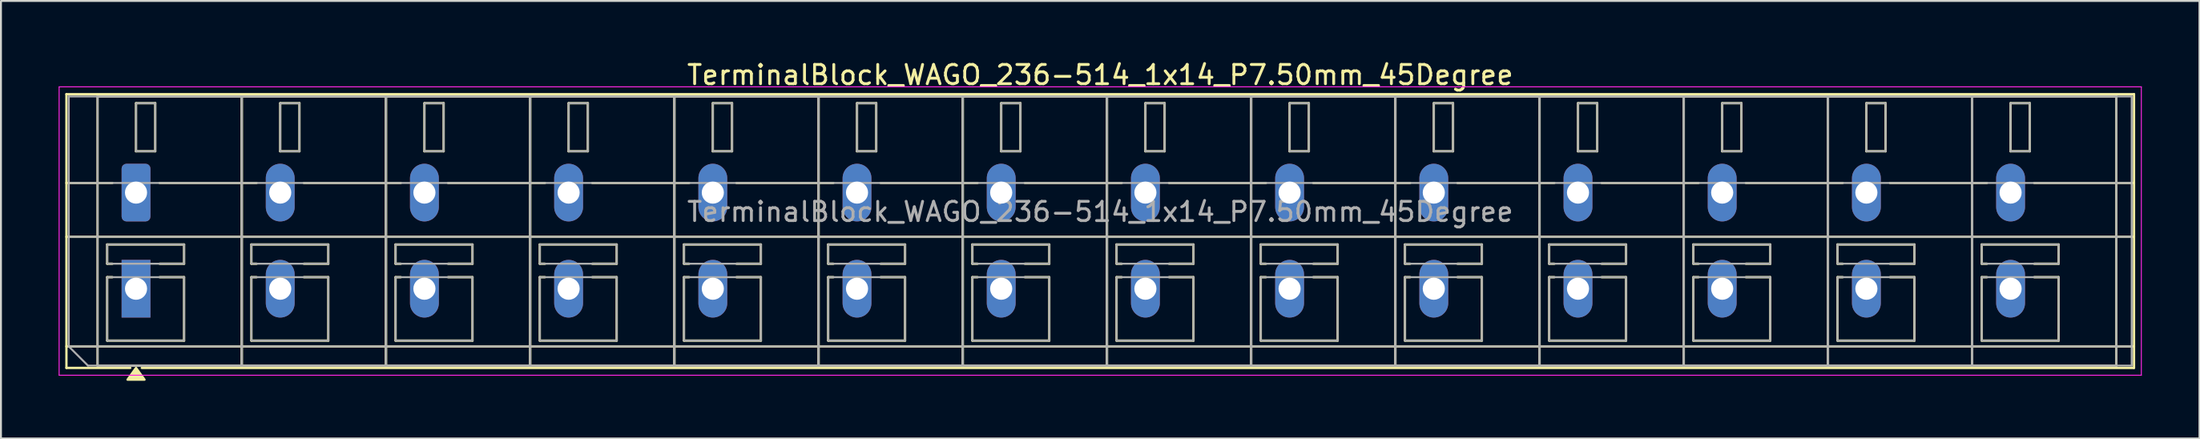
<source format=kicad_pcb>
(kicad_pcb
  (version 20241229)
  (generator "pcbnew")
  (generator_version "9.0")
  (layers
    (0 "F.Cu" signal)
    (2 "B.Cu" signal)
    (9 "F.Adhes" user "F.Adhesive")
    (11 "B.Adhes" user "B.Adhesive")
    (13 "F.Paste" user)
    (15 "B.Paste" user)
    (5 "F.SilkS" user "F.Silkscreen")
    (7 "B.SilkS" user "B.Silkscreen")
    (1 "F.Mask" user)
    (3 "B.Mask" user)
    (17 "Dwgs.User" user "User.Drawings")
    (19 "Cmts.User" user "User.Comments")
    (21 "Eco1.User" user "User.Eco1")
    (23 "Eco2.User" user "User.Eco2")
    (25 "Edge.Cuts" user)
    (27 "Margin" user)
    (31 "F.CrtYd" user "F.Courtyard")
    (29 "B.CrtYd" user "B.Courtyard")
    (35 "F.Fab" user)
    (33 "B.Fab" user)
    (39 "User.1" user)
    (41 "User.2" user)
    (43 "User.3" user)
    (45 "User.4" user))
  (footprint "TerminalBlock_WAGO_236-514_1x14_P7.50mm_45Degree"
    (layer "F.Cu")
    (at 4.025 6.968)
    (property "Reference" "TerminalBlock_WAGO_236-514_1x14_P7.50mm_45Degree" (at 50.15 -6.12 0) (layer "F.SilkS") (effects (font (size 1 1) (thickness 0.15))))
    (attr through_hole)
    (fp_line (start -3.62 -5.12) (end -3.62 9.12) (stroke (width 0.12) (type solid)) (layer "F.SilkS"))
    (fp_line (start -3.62 -5.12) (end 103.92 -5.12) (stroke (width 0.12) (type solid)) (layer "F.SilkS"))
    (fp_line (start -3.62 -0.5) (end -1.23 -0.5) (stroke (width 0.12) (type solid)) (layer "F.SilkS"))
    (fp_line (start -3.62 2.3) (end 103.92 2.3) (stroke (width 0.12) (type solid)) (layer "F.SilkS"))
    (fp_line (start -3.62 8) (end 103.92 8) (stroke (width 0.12) (type solid)) (layer "F.SilkS"))
    (fp_line (start -3.62 9.12) (end -0.3 9.12) (stroke (width 0.12) (type solid)) (layer "F.SilkS"))
    (fp_line (start -2 -5) (end -2 9) (stroke (width 0.12) (type solid)) (layer "F.SilkS"))
    (fp_line (start -2 -5) (end 5.5 -5) (stroke (width 0.12) (type solid)) (layer "F.SilkS"))
    (fp_line (start -2 9) (end 5.5 9) (stroke (width 0.12) (type solid)) (layer "F.SilkS"))
    (fp_line (start -1.5 2.7) (end -1.5 3.7) (stroke (width 0.12) (type solid)) (layer "F.SilkS"))
    (fp_line (start -1.5 2.7) (end 2.5 2.7) (stroke (width 0.12) (type solid)) (layer "F.SilkS"))
    (fp_line (start -1.5 3.7) (end -1.23 3.7) (stroke (width 0.12) (type solid)) (layer "F.SilkS"))
    (fp_line (start -1.5 4.4) (end -1.5 7.7) (stroke (width 0.12) (type solid)) (layer "F.SilkS"))
    (fp_line (start -1.5 4.4) (end -1.23 4.4) (stroke (width 0.12) (type solid)) (layer "F.SilkS"))
    (fp_line (start -1.5 7.7) (end 2.5 7.7) (stroke (width 0.12) (type solid)) (layer "F.SilkS"))
    (fp_line (start 0 -4.65) (end 0 -2.15) (stroke (width 0.12) (type solid)) (layer "F.SilkS"))
    (fp_line (start 0 -4.65) (end 1 -4.65) (stroke (width 0.12) (type solid)) (layer "F.SilkS"))
    (fp_line (start 0 -2.15) (end 1 -2.15) (stroke (width 0.12) (type solid)) (layer "F.SilkS"))
    (fp_line (start 0.3 9.12) (end 103.92 9.12) (stroke (width 0.12) (type solid)) (layer "F.SilkS"))
    (fp_line (start 1 -4.65) (end 1 -2.15) (stroke (width 0.12) (type solid)) (layer "F.SilkS"))
    (fp_line (start 1.23 -0.5) (end 6.27 -0.5) (stroke (width 0.12) (type solid)) (layer "F.SilkS"))
    (fp_line (start 1.23 3.7) (end 2.5 3.7) (stroke (width 0.12) (type solid)) (layer "F.SilkS"))
    (fp_line (start 1.23 4.4) (end 2.5 4.4) (stroke (width 0.12) (type solid)) (layer "F.SilkS"))
    (fp_line (start 2.5 2.7) (end 2.5 3.7) (stroke (width 0.12) (type solid)) (layer "F.SilkS"))
    (fp_line (start 2.5 4.4) (end 2.5 7.7) (stroke (width 0.12) (type solid)) (layer "F.SilkS"))
    (fp_line (start 5.5 -5) (end 5.5 9) (stroke (width 0.12) (type solid)) (layer "F.SilkS"))
    (fp_line (start 5.5 -5) (end 5.5 9) (stroke (width 0.12) (type solid)) (layer "F.SilkS"))
    (fp_line (start 5.5 -5) (end 13 -5) (stroke (width 0.12) (type solid)) (layer "F.SilkS"))
    (fp_line (start 5.5 9) (end 13 9) (stroke (width 0.12) (type solid)) (layer "F.SilkS"))
    (fp_line (start 6 2.7) (end 6 3.7) (stroke (width 0.12) (type solid)) (layer "F.SilkS"))
    (fp_line (start 6 2.7) (end 10 2.7) (stroke (width 0.12) (type solid)) (layer "F.SilkS"))
    (fp_line (start 6 3.7) (end 6.27 3.7) (stroke (width 0.12) (type solid)) (layer "F.SilkS"))
    (fp_line (start 6 4.4) (end 6 7.7) (stroke (width 0.12) (type solid)) (layer "F.SilkS"))
    (fp_line (start 6 4.4) (end 6.27 4.4) (stroke (width 0.12) (type solid)) (layer "F.SilkS"))
    (fp_line (start 6 7.7) (end 10 7.7) (stroke (width 0.12) (type solid)) (layer "F.SilkS"))
    (fp_line (start 7.5 -4.65) (end 7.5 -2.15) (stroke (width 0.12) (type solid)) (layer "F.SilkS"))
    (fp_line (start 7.5 -4.65) (end 8.5 -4.65) (stroke (width 0.12) (type solid)) (layer "F.SilkS"))
    (fp_line (start 7.5 -2.15) (end 8.5 -2.15) (stroke (width 0.12) (type solid)) (layer "F.SilkS"))
    (fp_line (start 8.5 -4.65) (end 8.5 -2.15) (stroke (width 0.12) (type solid)) (layer "F.SilkS"))
    (fp_line (start 8.73 -0.5) (end 13.77 -0.5) (stroke (width 0.12) (type solid)) (layer "F.SilkS"))
    (fp_line (start 8.73 3.7) (end 10 3.7) (stroke (width 0.12) (type solid)) (layer "F.SilkS"))
    (fp_line (start 8.73 4.4) (end 10 4.4) (stroke (width 0.12) (type solid)) (layer "F.SilkS"))
    (fp_line (start 10 2.7) (end 10 3.7) (stroke (width 0.12) (type solid)) (layer "F.SilkS"))
    (fp_line (start 10 4.4) (end 10 7.7) (stroke (width 0.12) (type solid)) (layer "F.SilkS"))
    (fp_line (start 13 -5) (end 13 9) (stroke (width 0.12) (type solid)) (layer "F.SilkS"))
    (fp_line (start 13 -5) (end 13 9) (stroke (width 0.12) (type solid)) (layer "F.SilkS"))
    (fp_line (start 13 -5) (end 20.5 -5) (stroke (width 0.12) (type solid)) (layer "F.SilkS"))
    (fp_line (start 13 9) (end 20.5 9) (stroke (width 0.12) (type solid)) (layer "F.SilkS"))
    (fp_line (start 13.5 2.7) (end 13.5 3.7) (stroke (width 0.12) (type solid)) (layer "F.SilkS"))
    (fp_line (start 13.5 2.7) (end 17.5 2.7) (stroke (width 0.12) (type solid)) (layer "F.SilkS"))
    (fp_line (start 13.5 3.7) (end 13.77 3.7) (stroke (width 0.12) (type solid)) (layer "F.SilkS"))
    (fp_line (start 13.5 4.4) (end 13.5 7.7) (stroke (width 0.12) (type solid)) (layer "F.SilkS"))
    (fp_line (start 13.5 4.4) (end 13.77 4.4) (stroke (width 0.12) (type solid)) (layer "F.SilkS"))
    (fp_line (start 13.5 7.7) (end 17.5 7.7) (stroke (width 0.12) (type solid)) (layer "F.SilkS"))
    (fp_line (start 15 -4.65) (end 15 -2.15) (stroke (width 0.12) (type solid)) (layer "F.SilkS"))
    (fp_line (start 15 -4.65) (end 16 -4.65) (stroke (width 0.12) (type solid)) (layer "F.SilkS"))
    (fp_line (start 15 -2.15) (end 16 -2.15) (stroke (width 0.12) (type solid)) (layer "F.SilkS"))
    (fp_line (start 16 -4.65) (end 16 -2.15) (stroke (width 0.12) (type solid)) (layer "F.SilkS"))
    (fp_line (start 16.23 -0.5) (end 21.27 -0.5) (stroke (width 0.12) (type solid)) (layer "F.SilkS"))
    (fp_line (start 16.23 3.7) (end 17.5 3.7) (stroke (width 0.12) (type solid)) (layer "F.SilkS"))
    (fp_line (start 16.23 4.4) (end 17.5 4.4) (stroke (width 0.12) (type solid)) (layer "F.SilkS"))
    (fp_line (start 17.5 2.7) (end 17.5 3.7) (stroke (width 0.12) (type solid)) (layer "F.SilkS"))
    (fp_line (start 17.5 4.4) (end 17.5 7.7) (stroke (width 0.12) (type solid)) (layer "F.SilkS"))
    (fp_line (start 20.5 -5) (end 20.5 9) (stroke (width 0.12) (type solid)) (layer "F.SilkS"))
    (fp_line (start 20.5 -5) (end 20.5 9) (stroke (width 0.12) (type solid)) (layer "F.SilkS"))
    (fp_line (start 20.5 -5) (end 28 -5) (stroke (width 0.12) (type solid)) (layer "F.SilkS"))
    (fp_line (start 20.5 9) (end 28 9) (stroke (width 0.12) (type solid)) (layer "F.SilkS"))
    (fp_line (start 21 2.7) (end 21 3.7) (stroke (width 0.12) (type solid)) (layer "F.SilkS"))
    (fp_line (start 21 2.7) (end 25 2.7) (stroke (width 0.12) (type solid)) (layer "F.SilkS"))
    (fp_line (start 21 3.7) (end 21.27 3.7) (stroke (width 0.12) (type solid)) (layer "F.SilkS"))
    (fp_line (start 21 4.4) (end 21 7.7) (stroke (width 0.12) (type solid)) (layer "F.SilkS"))
    (fp_line (start 21 4.4) (end 21.27 4.4) (stroke (width 0.12) (type solid)) (layer "F.SilkS"))
    (fp_line (start 21 7.7) (end 25 7.7) (stroke (width 0.12) (type solid)) (layer "F.SilkS"))
    (fp_line (start 22.5 -4.65) (end 22.5 -2.15) (stroke (width 0.12) (type solid)) (layer "F.SilkS"))
    (fp_line (start 22.5 -4.65) (end 23.5 -4.65) (stroke (width 0.12) (type solid)) (layer "F.SilkS"))
    (fp_line (start 22.5 -2.15) (end 23.5 -2.15) (stroke (width 0.12) (type solid)) (layer "F.SilkS"))
    (fp_line (start 23.5 -4.65) (end 23.5 -2.15) (stroke (width 0.12) (type solid)) (layer "F.SilkS"))
    (fp_line (start 23.73 -0.5) (end 28.77 -0.5) (stroke (width 0.12) (type solid)) (layer "F.SilkS"))
    (fp_line (start 23.73 3.7) (end 25 3.7) (stroke (width 0.12) (type solid)) (layer "F.SilkS"))
    (fp_line (start 23.73 4.4) (end 25 4.4) (stroke (width 0.12) (type solid)) (layer "F.SilkS"))
    (fp_line (start 25 2.7) (end 25 3.7) (stroke (width 0.12) (type solid)) (layer "F.SilkS"))
    (fp_line (start 25 4.4) (end 25 7.7) (stroke (width 0.12) (type solid)) (layer "F.SilkS"))
    (fp_line (start 28 -5) (end 28 9) (stroke (width 0.12) (type solid)) (layer "F.SilkS"))
    (fp_line (start 28 -5) (end 28 9) (stroke (width 0.12) (type solid)) (layer "F.SilkS"))
    (fp_line (start 28 -5) (end 35.5 -5) (stroke (width 0.12) (type solid)) (layer "F.SilkS"))
    (fp_line (start 28 9) (end 35.5 9) (stroke (width 0.12) (type solid)) (layer "F.SilkS"))
    (fp_line (start 28.5 2.7) (end 28.5 3.7) (stroke (width 0.12) (type solid)) (layer "F.SilkS"))
    (fp_line (start 28.5 2.7) (end 32.5 2.7) (stroke (width 0.12) (type solid)) (layer "F.SilkS"))
    (fp_line (start 28.5 3.7) (end 28.77 3.7) (stroke (width 0.12) (type solid)) (layer "F.SilkS"))
    (fp_line (start 28.5 4.4) (end 28.5 7.7) (stroke (width 0.12) (type solid)) (layer "F.SilkS"))
    (fp_line (start 28.5 4.4) (end 28.77 4.4) (stroke (width 0.12) (type solid)) (layer "F.SilkS"))
    (fp_line (start 28.5 7.7) (end 32.5 7.7) (stroke (width 0.12) (type solid)) (layer "F.SilkS"))
    (fp_line (start 30 -4.65) (end 30 -2.15) (stroke (width 0.12) (type solid)) (layer "F.SilkS"))
    (fp_line (start 30 -4.65) (end 31 -4.65) (stroke (width 0.12) (type solid)) (layer "F.SilkS"))
    (fp_line (start 30 -2.15) (end 31 -2.15) (stroke (width 0.12) (type solid)) (layer "F.SilkS"))
    (fp_line (start 31 -4.65) (end 31 -2.15) (stroke (width 0.12) (type solid)) (layer "F.SilkS"))
    (fp_line (start 31.23 -0.5) (end 36.27 -0.5) (stroke (width 0.12) (type solid)) (layer "F.SilkS"))
    (fp_line (start 31.23 3.7) (end 32.5 3.7) (stroke (width 0.12) (type solid)) (layer "F.SilkS"))
    (fp_line (start 31.23 4.4) (end 32.5 4.4) (stroke (width 0.12) (type solid)) (layer "F.SilkS"))
    (fp_line (start 32.5 2.7) (end 32.5 3.7) (stroke (width 0.12) (type solid)) (layer "F.SilkS"))
    (fp_line (start 32.5 4.4) (end 32.5 7.7) (stroke (width 0.12) (type solid)) (layer "F.SilkS"))
    (fp_line (start 35.5 -5) (end 35.5 9) (stroke (width 0.12) (type solid)) (layer "F.SilkS"))
    (fp_line (start 35.5 -5) (end 35.5 9) (stroke (width 0.12) (type solid)) (layer "F.SilkS"))
    (fp_line (start 35.5 -5) (end 43 -5) (stroke (width 0.12) (type solid)) (layer "F.SilkS"))
    (fp_line (start 35.5 9) (end 43 9) (stroke (width 0.12) (type solid)) (layer "F.SilkS"))
    (fp_line (start 36 2.7) (end 36 3.7) (stroke (width 0.12) (type solid)) (layer "F.SilkS"))
    (fp_line (start 36 2.7) (end 40 2.7) (stroke (width 0.12) (type solid)) (layer "F.SilkS"))
    (fp_line (start 36 3.7) (end 36.27 3.7) (stroke (width 0.12) (type solid)) (layer "F.SilkS"))
    (fp_line (start 36 4.4) (end 36 7.7) (stroke (width 0.12) (type solid)) (layer "F.SilkS"))
    (fp_line (start 36 4.4) (end 36.27 4.4) (stroke (width 0.12) (type solid)) (layer "F.SilkS"))
    (fp_line (start 36 7.7) (end 40 7.7) (stroke (width 0.12) (type solid)) (layer "F.SilkS"))
    (fp_line (start 37.5 -4.65) (end 37.5 -2.15) (stroke (width 0.12) (type solid)) (layer "F.SilkS"))
    (fp_line (start 37.5 -4.65) (end 38.5 -4.65) (stroke (width 0.12) (type solid)) (layer "F.SilkS"))
    (fp_line (start 37.5 -2.15) (end 38.5 -2.15) (stroke (width 0.12) (type solid)) (layer "F.SilkS"))
    (fp_line (start 38.5 -4.65) (end 38.5 -2.15) (stroke (width 0.12) (type solid)) (layer "F.SilkS"))
    (fp_line (start 38.73 -0.5) (end 43.77 -0.5) (stroke (width 0.12) (type solid)) (layer "F.SilkS"))
    (fp_line (start 38.73 3.7) (end 40 3.7) (stroke (width 0.12) (type solid)) (layer "F.SilkS"))
    (fp_line (start 38.73 4.4) (end 40 4.4) (stroke (width 0.12) (type solid)) (layer "F.SilkS"))
    (fp_line (start 40 2.7) (end 40 3.7) (stroke (width 0.12) (type solid)) (layer "F.SilkS"))
    (fp_line (start 40 4.4) (end 40 7.7) (stroke (width 0.12) (type solid)) (layer "F.SilkS"))
    (fp_line (start 43 -5) (end 43 9) (stroke (width 0.12) (type solid)) (layer "F.SilkS"))
    (fp_line (start 43 -5) (end 43 9) (stroke (width 0.12) (type solid)) (layer "F.SilkS"))
    (fp_line (start 43 -5) (end 50.5 -5) (stroke (width 0.12) (type solid)) (layer "F.SilkS"))
    (fp_line (start 43 9) (end 50.5 9) (stroke (width 0.12) (type solid)) (layer "F.SilkS"))
    (fp_line (start 43.5 2.7) (end 43.5 3.7) (stroke (width 0.12) (type solid)) (layer "F.SilkS"))
    (fp_line (start 43.5 2.7) (end 47.5 2.7) (stroke (width 0.12) (type solid)) (layer "F.SilkS"))
    (fp_line (start 43.5 3.7) (end 43.77 3.7) (stroke (width 0.12) (type solid)) (layer "F.SilkS"))
    (fp_line (start 43.5 4.4) (end 43.5 7.7) (stroke (width 0.12) (type solid)) (layer "F.SilkS"))
    (fp_line (start 43.5 4.4) (end 43.77 4.4) (stroke (width 0.12) (type solid)) (layer "F.SilkS"))
    (fp_line (start 43.5 7.7) (end 47.5 7.7) (stroke (width 0.12) (type solid)) (layer "F.SilkS"))
    (fp_line (start 45 -4.65) (end 45 -2.15) (stroke (width 0.12) (type solid)) (layer "F.SilkS"))
    (fp_line (start 45 -4.65) (end 46 -4.65) (stroke (width 0.12) (type solid)) (layer "F.SilkS"))
    (fp_line (start 45 -2.15) (end 46 -2.15) (stroke (width 0.12) (type solid)) (layer "F.SilkS"))
    (fp_line (start 46 -4.65) (end 46 -2.15) (stroke (width 0.12) (type solid)) (layer "F.SilkS"))
    (fp_line (start 46.23 -0.5) (end 51.27 -0.5) (stroke (width 0.12) (type solid)) (layer "F.SilkS"))
    (fp_line (start 46.23 3.7) (end 47.5 3.7) (stroke (width 0.12) (type solid)) (layer "F.SilkS"))
    (fp_line (start 46.23 4.4) (end 47.5 4.4) (stroke (width 0.12) (type solid)) (layer "F.SilkS"))
    (fp_line (start 47.5 2.7) (end 47.5 3.7) (stroke (width 0.12) (type solid)) (layer "F.SilkS"))
    (fp_line (start 47.5 4.4) (end 47.5 7.7) (stroke (width 0.12) (type solid)) (layer "F.SilkS"))
    (fp_line (start 50.5 -5) (end 50.5 9) (stroke (width 0.12) (type solid)) (layer "F.SilkS"))
    (fp_line (start 50.5 -5) (end 50.5 9) (stroke (width 0.12) (type solid)) (layer "F.SilkS"))
    (fp_line (start 50.5 -5) (end 58 -5) (stroke (width 0.12) (type solid)) (layer "F.SilkS"))
    (fp_line (start 50.5 9) (end 58 9) (stroke (width 0.12) (type solid)) (layer "F.SilkS"))
    (fp_line (start 51 2.7) (end 51 3.7) (stroke (width 0.12) (type solid)) (layer "F.SilkS"))
    (fp_line (start 51 2.7) (end 55 2.7) (stroke (width 0.12) (type solid)) (layer "F.SilkS"))
    (fp_line (start 51 3.7) (end 51.27 3.7) (stroke (width 0.12) (type solid)) (layer "F.SilkS"))
    (fp_line (start 51 4.4) (end 51 7.7) (stroke (width 0.12) (type solid)) (layer "F.SilkS"))
    (fp_line (start 51 4.4) (end 51.27 4.4) (stroke (width 0.12) (type solid)) (layer "F.SilkS"))
    (fp_line (start 51 7.7) (end 55 7.7) (stroke (width 0.12) (type solid)) (layer "F.SilkS"))
    (fp_line (start 52.5 -4.65) (end 52.5 -2.15) (stroke (width 0.12) (type solid)) (layer "F.SilkS"))
    (fp_line (start 52.5 -4.65) (end 53.5 -4.65) (stroke (width 0.12) (type solid)) (layer "F.SilkS"))
    (fp_line (start 52.5 -2.15) (end 53.5 -2.15) (stroke (width 0.12) (type solid)) (layer "F.SilkS"))
    (fp_line (start 53.5 -4.65) (end 53.5 -2.15) (stroke (width 0.12) (type solid)) (layer "F.SilkS"))
    (fp_line (start 53.73 -0.5) (end 58.77 -0.5) (stroke (width 0.12) (type solid)) (layer "F.SilkS"))
    (fp_line (start 53.73 3.7) (end 55 3.7) (stroke (width 0.12) (type solid)) (layer "F.SilkS"))
    (fp_line (start 53.73 4.4) (end 55 4.4) (stroke (width 0.12) (type solid)) (layer "F.SilkS"))
    (fp_line (start 55 2.7) (end 55 3.7) (stroke (width 0.12) (type solid)) (layer "F.SilkS"))
    (fp_line (start 55 4.4) (end 55 7.7) (stroke (width 0.12) (type solid)) (layer "F.SilkS"))
    (fp_line (start 58 -5) (end 58 9) (stroke (width 0.12) (type solid)) (layer "F.SilkS"))
    (fp_line (start 58 -5) (end 58 9) (stroke (width 0.12) (type solid)) (layer "F.SilkS"))
    (fp_line (start 58 -5) (end 65.5 -5) (stroke (width 0.12) (type solid)) (layer "F.SilkS"))
    (fp_line (start 58 9) (end 65.5 9) (stroke (width 0.12) (type solid)) (layer "F.SilkS"))
    (fp_line (start 58.5 2.7) (end 58.5 3.7) (stroke (width 0.12) (type solid)) (layer "F.SilkS"))
    (fp_line (start 58.5 2.7) (end 62.5 2.7) (stroke (width 0.12) (type solid)) (layer "F.SilkS"))
    (fp_line (start 58.5 3.7) (end 58.77 3.7) (stroke (width 0.12) (type solid)) (layer "F.SilkS"))
    (fp_line (start 58.5 4.4) (end 58.5 7.7) (stroke (width 0.12) (type solid)) (layer "F.SilkS"))
    (fp_line (start 58.5 4.4) (end 58.77 4.4) (stroke (width 0.12) (type solid)) (layer "F.SilkS"))
    (fp_line (start 58.5 7.7) (end 62.5 7.7) (stroke (width 0.12) (type solid)) (layer "F.SilkS"))
    (fp_line (start 60 -4.65) (end 60 -2.15) (stroke (width 0.12) (type solid)) (layer "F.SilkS"))
    (fp_line (start 60 -4.65) (end 61 -4.65) (stroke (width 0.12) (type solid)) (layer "F.SilkS"))
    (fp_line (start 60 -2.15) (end 61 -2.15) (stroke (width 0.12) (type solid)) (layer "F.SilkS"))
    (fp_line (start 61 -4.65) (end 61 -2.15) (stroke (width 0.12) (type solid)) (layer "F.SilkS"))
    (fp_line (start 61.23 -0.5) (end 66.27 -0.5) (stroke (width 0.12) (type solid)) (layer "F.SilkS"))
    (fp_line (start 61.23 3.7) (end 62.5 3.7) (stroke (width 0.12) (type solid)) (layer "F.SilkS"))
    (fp_line (start 61.23 4.4) (end 62.5 4.4) (stroke (width 0.12) (type solid)) (layer "F.SilkS"))
    (fp_line (start 62.5 2.7) (end 62.5 3.7) (stroke (width 0.12) (type solid)) (layer "F.SilkS"))
    (fp_line (start 62.5 4.4) (end 62.5 7.7) (stroke (width 0.12) (type solid)) (layer "F.SilkS"))
    (fp_line (start 65.5 -5) (end 65.5 9) (stroke (width 0.12) (type solid)) (layer "F.SilkS"))
    (fp_line (start 65.5 -5) (end 65.5 9) (stroke (width 0.12) (type solid)) (layer "F.SilkS"))
    (fp_line (start 65.5 -5) (end 73 -5) (stroke (width 0.12) (type solid)) (layer "F.SilkS"))
    (fp_line (start 65.5 9) (end 73 9) (stroke (width 0.12) (type solid)) (layer "F.SilkS"))
    (fp_line (start 66 2.7) (end 66 3.7) (stroke (width 0.12) (type solid)) (layer "F.SilkS"))
    (fp_line (start 66 2.7) (end 70 2.7) (stroke (width 0.12) (type solid)) (layer "F.SilkS"))
    (fp_line (start 66 3.7) (end 66.27 3.7) (stroke (width 0.12) (type solid)) (layer "F.SilkS"))
    (fp_line (start 66 4.4) (end 66 7.7) (stroke (width 0.12) (type solid)) (layer "F.SilkS"))
    (fp_line (start 66 4.4) (end 66.27 4.4) (stroke (width 0.12) (type solid)) (layer "F.SilkS"))
    (fp_line (start 66 7.7) (end 70 7.7) (stroke (width 0.12) (type solid)) (layer "F.SilkS"))
    (fp_line (start 67.5 -4.65) (end 67.5 -2.15) (stroke (width 0.12) (type solid)) (layer "F.SilkS"))
    (fp_line (start 67.5 -4.65) (end 68.5 -4.65) (stroke (width 0.12) (type solid)) (layer "F.SilkS"))
    (fp_line (start 67.5 -2.15) (end 68.5 -2.15) (stroke (width 0.12) (type solid)) (layer "F.SilkS"))
    (fp_line (start 68.5 -4.65) (end 68.5 -2.15) (stroke (width 0.12) (type solid)) (layer "F.SilkS"))
    (fp_line (start 68.73 -0.5) (end 73.77 -0.5) (stroke (width 0.12) (type solid)) (layer "F.SilkS"))
    (fp_line (start 68.73 3.7) (end 70 3.7) (stroke (width 0.12) (type solid)) (layer "F.SilkS"))
    (fp_line (start 68.73 4.4) (end 70 4.4) (stroke (width 0.12) (type solid)) (layer "F.SilkS"))
    (fp_line (start 70 2.7) (end 70 3.7) (stroke (width 0.12) (type solid)) (layer "F.SilkS"))
    (fp_line (start 70 4.4) (end 70 7.7) (stroke (width 0.12) (type solid)) (layer "F.SilkS"))
    (fp_line (start 73 -5) (end 73 9) (stroke (width 0.12) (type solid)) (layer "F.SilkS"))
    (fp_line (start 73 -5) (end 73 9) (stroke (width 0.12) (type solid)) (layer "F.SilkS"))
    (fp_line (start 73 -5) (end 80.5 -5) (stroke (width 0.12) (type solid)) (layer "F.SilkS"))
    (fp_line (start 73 9) (end 80.5 9) (stroke (width 0.12) (type solid)) (layer "F.SilkS"))
    (fp_line (start 73.5 2.7) (end 73.5 3.7) (stroke (width 0.12) (type solid)) (layer "F.SilkS"))
    (fp_line (start 73.5 2.7) (end 77.5 2.7) (stroke (width 0.12) (type solid)) (layer "F.SilkS"))
    (fp_line (start 73.5 3.7) (end 73.77 3.7) (stroke (width 0.12) (type solid)) (layer "F.SilkS"))
    (fp_line (start 73.5 4.4) (end 73.5 7.7) (stroke (width 0.12) (type solid)) (layer "F.SilkS"))
    (fp_line (start 73.5 4.4) (end 73.77 4.4) (stroke (width 0.12) (type solid)) (layer "F.SilkS"))
    (fp_line (start 73.5 7.7) (end 77.5 7.7) (stroke (width 0.12) (type solid)) (layer "F.SilkS"))
    (fp_line (start 75 -4.65) (end 75 -2.15) (stroke (width 0.12) (type solid)) (layer "F.SilkS"))
    (fp_line (start 75 -4.65) (end 76 -4.65) (stroke (width 0.12) (type solid)) (layer "F.SilkS"))
    (fp_line (start 75 -2.15) (end 76 -2.15) (stroke (width 0.12) (type solid)) (layer "F.SilkS"))
    (fp_line (start 76 -4.65) (end 76 -2.15) (stroke (width 0.12) (type solid)) (layer "F.SilkS"))
    (fp_line (start 76.23 -0.5) (end 81.27 -0.5) (stroke (width 0.12) (type solid)) (layer "F.SilkS"))
    (fp_line (start 76.23 3.7) (end 77.5 3.7) (stroke (width 0.12) (type solid)) (layer "F.SilkS"))
    (fp_line (start 76.23 4.4) (end 77.5 4.4) (stroke (width 0.12) (type solid)) (layer "F.SilkS"))
    (fp_line (start 77.5 2.7) (end 77.5 3.7) (stroke (width 0.12) (type solid)) (layer "F.SilkS"))
    (fp_line (start 77.5 4.4) (end 77.5 7.7) (stroke (width 0.12) (type solid)) (layer "F.SilkS"))
    (fp_line (start 80.5 -5) (end 80.5 9) (stroke (width 0.12) (type solid)) (layer "F.SilkS"))
    (fp_line (start 80.5 -5) (end 80.5 9) (stroke (width 0.12) (type solid)) (layer "F.SilkS"))
    (fp_line (start 80.5 -5) (end 88 -5) (stroke (width 0.12) (type solid)) (layer "F.SilkS"))
    (fp_line (start 80.5 9) (end 88 9) (stroke (width 0.12) (type solid)) (layer "F.SilkS"))
    (fp_line (start 81 2.7) (end 81 3.7) (stroke (width 0.12) (type solid)) (layer "F.SilkS"))
    (fp_line (start 81 2.7) (end 85 2.7) (stroke (width 0.12) (type solid)) (layer "F.SilkS"))
    (fp_line (start 81 3.7) (end 81.27 3.7) (stroke (width 0.12) (type solid)) (layer "F.SilkS"))
    (fp_line (start 81 4.4) (end 81 7.7) (stroke (width 0.12) (type solid)) (layer "F.SilkS"))
    (fp_line (start 81 4.4) (end 81.27 4.4) (stroke (width 0.12) (type solid)) (layer "F.SilkS"))
    (fp_line (start 81 7.7) (end 85 7.7) (stroke (width 0.12) (type solid)) (layer "F.SilkS"))
    (fp_line (start 82.5 -4.65) (end 82.5 -2.15) (stroke (width 0.12) (type solid)) (layer "F.SilkS"))
    (fp_line (start 82.5 -4.65) (end 83.5 -4.65) (stroke (width 0.12) (type solid)) (layer "F.SilkS"))
    (fp_line (start 82.5 -2.15) (end 83.5 -2.15) (stroke (width 0.12) (type solid)) (layer "F.SilkS"))
    (fp_line (start 83.5 -4.65) (end 83.5 -2.15) (stroke (width 0.12) (type solid)) (layer "F.SilkS"))
    (fp_line (start 83.73 -0.5) (end 88.77 -0.5) (stroke (width 0.12) (type solid)) (layer "F.SilkS"))
    (fp_line (start 83.73 3.7) (end 85 3.7) (stroke (width 0.12) (type solid)) (layer "F.SilkS"))
    (fp_line (start 83.73 4.4) (end 85 4.4) (stroke (width 0.12) (type solid)) (layer "F.SilkS"))
    (fp_line (start 85 2.7) (end 85 3.7) (stroke (width 0.12) (type solid)) (layer "F.SilkS"))
    (fp_line (start 85 4.4) (end 85 7.7) (stroke (width 0.12) (type solid)) (layer "F.SilkS"))
    (fp_line (start 88 -5) (end 88 9) (stroke (width 0.12) (type solid)) (layer "F.SilkS"))
    (fp_line (start 88 -5) (end 88 9) (stroke (width 0.12) (type solid)) (layer "F.SilkS"))
    (fp_line (start 88 -5) (end 95.5 -5) (stroke (width 0.12) (type solid)) (layer "F.SilkS"))
    (fp_line (start 88 9) (end 95.5 9) (stroke (width 0.12) (type solid)) (layer "F.SilkS"))
    (fp_line (start 88.5 2.7) (end 88.5 3.7) (stroke (width 0.12) (type solid)) (layer "F.SilkS"))
    (fp_line (start 88.5 2.7) (end 92.5 2.7) (stroke (width 0.12) (type solid)) (layer "F.SilkS"))
    (fp_line (start 88.5 3.7) (end 88.77 3.7) (stroke (width 0.12) (type solid)) (layer "F.SilkS"))
    (fp_line (start 88.5 4.4) (end 88.5 7.7) (stroke (width 0.12) (type solid)) (layer "F.SilkS"))
    (fp_line (start 88.5 4.4) (end 88.77 4.4) (stroke (width 0.12) (type solid)) (layer "F.SilkS"))
    (fp_line (start 88.5 7.7) (end 92.5 7.7) (stroke (width 0.12) (type solid)) (layer "F.SilkS"))
    (fp_line (start 90 -4.65) (end 90 -2.15) (stroke (width 0.12) (type solid)) (layer "F.SilkS"))
    (fp_line (start 90 -4.65) (end 91 -4.65) (stroke (width 0.12) (type solid)) (layer "F.SilkS"))
    (fp_line (start 90 -2.15) (end 91 -2.15) (stroke (width 0.12) (type solid)) (layer "F.SilkS"))
    (fp_line (start 91 -4.65) (end 91 -2.15) (stroke (width 0.12) (type solid)) (layer "F.SilkS"))
    (fp_line (start 91.23 -0.5) (end 96.27 -0.5) (stroke (width 0.12) (type solid)) (layer "F.SilkS"))
    (fp_line (start 91.23 3.7) (end 92.5 3.7) (stroke (width 0.12) (type solid)) (layer "F.SilkS"))
    (fp_line (start 91.23 4.4) (end 92.5 4.4) (stroke (width 0.12) (type solid)) (layer "F.SilkS"))
    (fp_line (start 92.5 2.7) (end 92.5 3.7) (stroke (width 0.12) (type solid)) (layer "F.SilkS"))
    (fp_line (start 92.5 4.4) (end 92.5 7.7) (stroke (width 0.12) (type solid)) (layer "F.SilkS"))
    (fp_line (start 95.5 -5) (end 95.5 9) (stroke (width 0.12) (type solid)) (layer "F.SilkS"))
    (fp_line (start 95.5 -5) (end 95.5 9) (stroke (width 0.12) (type solid)) (layer "F.SilkS"))
    (fp_line (start 95.5 -5) (end 103 -5) (stroke (width 0.12) (type solid)) (layer "F.SilkS"))
    (fp_line (start 95.5 9) (end 103 9) (stroke (width 0.12) (type solid)) (layer "F.SilkS"))
    (fp_line (start 96 2.7) (end 96 3.7) (stroke (width 0.12) (type solid)) (layer "F.SilkS"))
    (fp_line (start 96 2.7) (end 100 2.7) (stroke (width 0.12) (type solid)) (layer "F.SilkS"))
    (fp_line (start 96 3.7) (end 96.27 3.7) (stroke (width 0.12) (type solid)) (layer "F.SilkS"))
    (fp_line (start 96 4.4) (end 96 7.7) (stroke (width 0.12) (type solid)) (layer "F.SilkS"))
    (fp_line (start 96 4.4) (end 96.27 4.4) (stroke (width 0.12) (type solid)) (layer "F.SilkS"))
    (fp_line (start 96 7.7) (end 100 7.7) (stroke (width 0.12) (type solid)) (layer "F.SilkS"))
    (fp_line (start 97.5 -4.65) (end 97.5 -2.15) (stroke (width 0.12) (type solid)) (layer "F.SilkS"))
    (fp_line (start 97.5 -4.65) (end 98.5 -4.65) (stroke (width 0.12) (type solid)) (layer "F.SilkS"))
    (fp_line (start 97.5 -2.15) (end 98.5 -2.15) (stroke (width 0.12) (type solid)) (layer "F.SilkS"))
    (fp_line (start 98.5 -4.65) (end 98.5 -2.15) (stroke (width 0.12) (type solid)) (layer "F.SilkS"))
    (fp_line (start 98.73 -0.5) (end 103.92 -0.5) (stroke (width 0.12) (type solid)) (layer "F.SilkS"))
    (fp_line (start 98.73 3.7) (end 100 3.7) (stroke (width 0.12) (type solid)) (layer "F.SilkS"))
    (fp_line (start 98.73 4.4) (end 100 4.4) (stroke (width 0.12) (type solid)) (layer "F.SilkS"))
    (fp_line (start 100 2.7) (end 100 3.7) (stroke (width 0.12) (type solid)) (layer "F.SilkS"))
    (fp_line (start 100 4.4) (end 100 7.7) (stroke (width 0.12) (type solid)) (layer "F.SilkS"))
    (fp_line (start 103 -5) (end 103 9) (stroke (width 0.12) (type solid)) (layer "F.SilkS"))
    (fp_line (start 103.92 -5.12) (end 103.92 9.12) (stroke (width 0.12) (type solid)) (layer "F.SilkS"))
    (fp_poly (pts (xy 0 9.12) (xy 0.44 9.73) (xy -0.44 9.73)) (stroke (width 0.12) (type solid)) (fill yes) (layer "F.SilkS"))
    (fp_line (start -4 -5.5) (end -4 9.5) (stroke (width 0.05) (type solid)) (layer "F.CrtYd"))
    (fp_line (start -4 9.5) (end 104.3 9.5) (stroke (width 0.05) (type solid)) (layer "F.CrtYd"))
    (fp_line (start 104.3 -5.5) (end -4 -5.5) (stroke (width 0.05) (type solid)) (layer "F.CrtYd"))
    (fp_line (start 104.3 9.5) (end 104.3 -5.5) (stroke (width 0.05) (type solid)) (layer "F.CrtYd"))
    (fp_line (start -3.5 -5) (end 103.8 -5) (stroke (width 0.1) (type solid)) (layer "F.Fab"))
    (fp_line (start -3.5 -0.5) (end 103.8 -0.5) (stroke (width 0.1) (type solid)) (layer "F.Fab"))
    (fp_line (start -3.5 2.3) (end 103.8 2.3) (stroke (width 0.1) (type solid)) (layer "F.Fab"))
    (fp_line (start -3.5 8) (end -3.5 -5) (stroke (width 0.1) (type solid)) (layer "F.Fab"))
    (fp_line (start -3.5 8) (end 103.8 8) (stroke (width 0.1) (type solid)) (layer "F.Fab"))
    (fp_line (start -2.5 9) (end -3.5 8) (stroke (width 0.1) (type solid)) (layer "F.Fab"))
    (fp_line (start -2 -5) (end -2 9) (stroke (width 0.1) (type solid)) (layer "F.Fab"))
    (fp_line (start -2 9) (end 5.5 9) (stroke (width 0.1) (type solid)) (layer "F.Fab"))
    (fp_line (start -1.5 2.7) (end -1.5 3.7) (stroke (width 0.1) (type solid)) (layer "F.Fab"))
    (fp_line (start -1.5 3.7) (end 2.5 3.7) (stroke (width 0.1) (type solid)) (layer "F.Fab"))
    (fp_line (start -1.5 4.4) (end -1.5 7.7) (stroke (width 0.1) (type solid)) (layer "F.Fab"))
    (fp_line (start -1.5 7.7) (end 2.5 7.7) (stroke (width 0.1) (type solid)) (layer "F.Fab"))
    (fp_line (start 0 -4.65) (end 0 -2.15) (stroke (width 0.1) (type solid)) (layer "F.Fab"))
    (fp_line (start 0 -2.15) (end 1 -2.15) (stroke (width 0.1) (type solid)) (layer "F.Fab"))
    (fp_line (start 1 -4.65) (end 0 -4.65) (stroke (width 0.1) (type solid)) (layer "F.Fab"))
    (fp_line (start 1 -2.15) (end 1 -4.65) (stroke (width 0.1) (type solid)) (layer "F.Fab"))
    (fp_line (start 2.5 2.7) (end -1.5 2.7) (stroke (width 0.1) (type solid)) (layer "F.Fab"))
    (fp_line (start 2.5 3.7) (end 2.5 2.7) (stroke (width 0.1) (type solid)) (layer "F.Fab"))
    (fp_line (start 2.5 4.4) (end -1.5 4.4) (stroke (width 0.1) (type solid)) (layer "F.Fab"))
    (fp_line (start 2.5 7.7) (end 2.5 4.4) (stroke (width 0.1) (type solid)) (layer "F.Fab"))
    (fp_line (start 5.5 -5) (end -2 -5) (stroke (width 0.1) (type solid)) (layer "F.Fab"))
    (fp_line (start 5.5 -5) (end 5.5 9) (stroke (width 0.1) (type solid)) (layer "F.Fab"))
    (fp_line (start 5.5 9) (end 5.5 -5) (stroke (width 0.1) (type solid)) (layer "F.Fab"))
    (fp_line (start 5.5 9) (end 13 9) (stroke (width 0.1) (type solid)) (layer "F.Fab"))
    (fp_line (start 6 2.7) (end 6 3.7) (stroke (width 0.1) (type solid)) (layer "F.Fab"))
    (fp_line (start 6 3.7) (end 10 3.7) (stroke (width 0.1) (type solid)) (layer "F.Fab"))
    (fp_line (start 6 4.4) (end 6 7.7) (stroke (width 0.1) (type solid)) (layer "F.Fab"))
    (fp_line (start 6 7.7) (end 10 7.7) (stroke (width 0.1) (type solid)) (layer "F.Fab"))
    (fp_line (start 7.5 -4.65) (end 7.5 -2.15) (stroke (width 0.1) (type solid)) (layer "F.Fab"))
    (fp_line (start 7.5 -2.15) (end 8.5 -2.15) (stroke (width 0.1) (type solid)) (layer "F.Fab"))
    (fp_line (start 8.5 -4.65) (end 7.5 -4.65) (stroke (width 0.1) (type solid)) (layer "F.Fab"))
    (fp_line (start 8.5 -2.15) (end 8.5 -4.65) (stroke (width 0.1) (type solid)) (layer "F.Fab"))
    (fp_line (start 10 2.7) (end 6 2.7) (stroke (width 0.1) (type solid)) (layer "F.Fab"))
    (fp_line (start 10 3.7) (end 10 2.7) (stroke (width 0.1) (type solid)) (layer "F.Fab"))
    (fp_line (start 10 4.4) (end 6 4.4) (stroke (width 0.1) (type solid)) (layer "F.Fab"))
    (fp_line (start 10 7.7) (end 10 4.4) (stroke (width 0.1) (type solid)) (layer "F.Fab"))
    (fp_line (start 13 -5) (end 5.5 -5) (stroke (width 0.1) (type solid)) (layer "F.Fab"))
    (fp_line (start 13 -5) (end 13 9) (stroke (width 0.1) (type solid)) (layer "F.Fab"))
    (fp_line (start 13 9) (end 13 -5) (stroke (width 0.1) (type solid)) (layer "F.Fab"))
    (fp_line (start 13 9) (end 20.5 9) (stroke (width 0.1) (type solid)) (layer "F.Fab"))
    (fp_line (start 13.5 2.7) (end 13.5 3.7) (stroke (width 0.1) (type solid)) (layer "F.Fab"))
    (fp_line (start 13.5 3.7) (end 17.5 3.7) (stroke (width 0.1) (type solid)) (layer "F.Fab"))
    (fp_line (start 13.5 4.4) (end 13.5 7.7) (stroke (width 0.1) (type solid)) (layer "F.Fab"))
    (fp_line (start 13.5 7.7) (end 17.5 7.7) (stroke (width 0.1) (type solid)) (layer "F.Fab"))
    (fp_line (start 15 -4.65) (end 15 -2.15) (stroke (width 0.1) (type solid)) (layer "F.Fab"))
    (fp_line (start 15 -2.15) (end 16 -2.15) (stroke (width 0.1) (type solid)) (layer "F.Fab"))
    (fp_line (start 16 -4.65) (end 15 -4.65) (stroke (width 0.1) (type solid)) (layer "F.Fab"))
    (fp_line (start 16 -2.15) (end 16 -4.65) (stroke (width 0.1) (type solid)) (layer "F.Fab"))
    (fp_line (start 17.5 2.7) (end 13.5 2.7) (stroke (width 0.1) (type solid)) (layer "F.Fab"))
    (fp_line (start 17.5 3.7) (end 17.5 2.7) (stroke (width 0.1) (type solid)) (layer "F.Fab"))
    (fp_line (start 17.5 4.4) (end 13.5 4.4) (stroke (width 0.1) (type solid)) (layer "F.Fab"))
    (fp_line (start 17.5 7.7) (end 17.5 4.4) (stroke (width 0.1) (type solid)) (layer "F.Fab"))
    (fp_line (start 20.5 -5) (end 13 -5) (stroke (width 0.1) (type solid)) (layer "F.Fab"))
    (fp_line (start 20.5 -5) (end 20.5 9) (stroke (width 0.1) (type solid)) (layer "F.Fab"))
    (fp_line (start 20.5 9) (end 20.5 -5) (stroke (width 0.1) (type solid)) (layer "F.Fab"))
    (fp_line (start 20.5 9) (end 28 9) (stroke (width 0.1) (type solid)) (layer "F.Fab"))
    (fp_line (start 21 2.7) (end 21 3.7) (stroke (width 0.1) (type solid)) (layer "F.Fab"))
    (fp_line (start 21 3.7) (end 25 3.7) (stroke (width 0.1) (type solid)) (layer "F.Fab"))
    (fp_line (start 21 4.4) (end 21 7.7) (stroke (width 0.1) (type solid)) (layer "F.Fab"))
    (fp_line (start 21 7.7) (end 25 7.7) (stroke (width 0.1) (type solid)) (layer "F.Fab"))
    (fp_line (start 22.5 -4.65) (end 22.5 -2.15) (stroke (width 0.1) (type solid)) (layer "F.Fab"))
    (fp_line (start 22.5 -2.15) (end 23.5 -2.15) (stroke (width 0.1) (type solid)) (layer "F.Fab"))
    (fp_line (start 23.5 -4.65) (end 22.5 -4.65) (stroke (width 0.1) (type solid)) (layer "F.Fab"))
    (fp_line (start 23.5 -2.15) (end 23.5 -4.65) (stroke (width 0.1) (type solid)) (layer "F.Fab"))
    (fp_line (start 25 2.7) (end 21 2.7) (stroke (width 0.1) (type solid)) (layer "F.Fab"))
    (fp_line (start 25 3.7) (end 25 2.7) (stroke (width 0.1) (type solid)) (layer "F.Fab"))
    (fp_line (start 25 4.4) (end 21 4.4) (stroke (width 0.1) (type solid)) (layer "F.Fab"))
    (fp_line (start 25 7.7) (end 25 4.4) (stroke (width 0.1) (type solid)) (layer "F.Fab"))
    (fp_line (start 28 -5) (end 20.5 -5) (stroke (width 0.1) (type solid)) (layer "F.Fab"))
    (fp_line (start 28 -5) (end 28 9) (stroke (width 0.1) (type solid)) (layer "F.Fab"))
    (fp_line (start 28 9) (end 28 -5) (stroke (width 0.1) (type solid)) (layer "F.Fab"))
    (fp_line (start 28 9) (end 35.5 9) (stroke (width 0.1) (type solid)) (layer "F.Fab"))
    (fp_line (start 28.5 2.7) (end 28.5 3.7) (stroke (width 0.1) (type solid)) (layer "F.Fab"))
    (fp_line (start 28.5 3.7) (end 32.5 3.7) (stroke (width 0.1) (type solid)) (layer "F.Fab"))
    (fp_line (start 28.5 4.4) (end 28.5 7.7) (stroke (width 0.1) (type solid)) (layer "F.Fab"))
    (fp_line (start 28.5 7.7) (end 32.5 7.7) (stroke (width 0.1) (type solid)) (layer "F.Fab"))
    (fp_line (start 30 -4.65) (end 30 -2.15) (stroke (width 0.1) (type solid)) (layer "F.Fab"))
    (fp_line (start 30 -2.15) (end 31 -2.15) (stroke (width 0.1) (type solid)) (layer "F.Fab"))
    (fp_line (start 31 -4.65) (end 30 -4.65) (stroke (width 0.1) (type solid)) (layer "F.Fab"))
    (fp_line (start 31 -2.15) (end 31 -4.65) (stroke (width 0.1) (type solid)) (layer "F.Fab"))
    (fp_line (start 32.5 2.7) (end 28.5 2.7) (stroke (width 0.1) (type solid)) (layer "F.Fab"))
    (fp_line (start 32.5 3.7) (end 32.5 2.7) (stroke (width 0.1) (type solid)) (layer "F.Fab"))
    (fp_line (start 32.5 4.4) (end 28.5 4.4) (stroke (width 0.1) (type solid)) (layer "F.Fab"))
    (fp_line (start 32.5 7.7) (end 32.5 4.4) (stroke (width 0.1) (type solid)) (layer "F.Fab"))
    (fp_line (start 35.5 -5) (end 28 -5) (stroke (width 0.1) (type solid)) (layer "F.Fab"))
    (fp_line (start 35.5 -5) (end 35.5 9) (stroke (width 0.1) (type solid)) (layer "F.Fab"))
    (fp_line (start 35.5 9) (end 35.5 -5) (stroke (width 0.1) (type solid)) (layer "F.Fab"))
    (fp_line (start 35.5 9) (end 43 9) (stroke (width 0.1) (type solid)) (layer "F.Fab"))
    (fp_line (start 36 2.7) (end 36 3.7) (stroke (width 0.1) (type solid)) (layer "F.Fab"))
    (fp_line (start 36 3.7) (end 40 3.7) (stroke (width 0.1) (type solid)) (layer "F.Fab"))
    (fp_line (start 36 4.4) (end 36 7.7) (stroke (width 0.1) (type solid)) (layer "F.Fab"))
    (fp_line (start 36 7.7) (end 40 7.7) (stroke (width 0.1) (type solid)) (layer "F.Fab"))
    (fp_line (start 37.5 -4.65) (end 37.5 -2.15) (stroke (width 0.1) (type solid)) (layer "F.Fab"))
    (fp_line (start 37.5 -2.15) (end 38.5 -2.15) (stroke (width 0.1) (type solid)) (layer "F.Fab"))
    (fp_line (start 38.5 -4.65) (end 37.5 -4.65) (stroke (width 0.1) (type solid)) (layer "F.Fab"))
    (fp_line (start 38.5 -2.15) (end 38.5 -4.65) (stroke (width 0.1) (type solid)) (layer "F.Fab"))
    (fp_line (start 40 2.7) (end 36 2.7) (stroke (width 0.1) (type solid)) (layer "F.Fab"))
    (fp_line (start 40 3.7) (end 40 2.7) (stroke (width 0.1) (type solid)) (layer "F.Fab"))
    (fp_line (start 40 4.4) (end 36 4.4) (stroke (width 0.1) (type solid)) (layer "F.Fab"))
    (fp_line (start 40 7.7) (end 40 4.4) (stroke (width 0.1) (type solid)) (layer "F.Fab"))
    (fp_line (start 43 -5) (end 35.5 -5) (stroke (width 0.1) (type solid)) (layer "F.Fab"))
    (fp_line (start 43 -5) (end 43 9) (stroke (width 0.1) (type solid)) (layer "F.Fab"))
    (fp_line (start 43 9) (end 43 -5) (stroke (width 0.1) (type solid)) (layer "F.Fab"))
    (fp_line (start 43 9) (end 50.5 9) (stroke (width 0.1) (type solid)) (layer "F.Fab"))
    (fp_line (start 43.5 2.7) (end 43.5 3.7) (stroke (width 0.1) (type solid)) (layer "F.Fab"))
    (fp_line (start 43.5 3.7) (end 47.5 3.7) (stroke (width 0.1) (type solid)) (layer "F.Fab"))
    (fp_line (start 43.5 4.4) (end 43.5 7.7) (stroke (width 0.1) (type solid)) (layer "F.Fab"))
    (fp_line (start 43.5 7.7) (end 47.5 7.7) (stroke (width 0.1) (type solid)) (layer "F.Fab"))
    (fp_line (start 45 -4.65) (end 45 -2.15) (stroke (width 0.1) (type solid)) (layer "F.Fab"))
    (fp_line (start 45 -2.15) (end 46 -2.15) (stroke (width 0.1) (type solid)) (layer "F.Fab"))
    (fp_line (start 46 -4.65) (end 45 -4.65) (stroke (width 0.1) (type solid)) (layer "F.Fab"))
    (fp_line (start 46 -2.15) (end 46 -4.65) (stroke (width 0.1) (type solid)) (layer "F.Fab"))
    (fp_line (start 47.5 2.7) (end 43.5 2.7) (stroke (width 0.1) (type solid)) (layer "F.Fab"))
    (fp_line (start 47.5 3.7) (end 47.5 2.7) (stroke (width 0.1) (type solid)) (layer "F.Fab"))
    (fp_line (start 47.5 4.4) (end 43.5 4.4) (stroke (width 0.1) (type solid)) (layer "F.Fab"))
    (fp_line (start 47.5 7.7) (end 47.5 4.4) (stroke (width 0.1) (type solid)) (layer "F.Fab"))
    (fp_line (start 50.5 -5) (end 43 -5) (stroke (width 0.1) (type solid)) (layer "F.Fab"))
    (fp_line (start 50.5 -5) (end 50.5 9) (stroke (width 0.1) (type solid)) (layer "F.Fab"))
    (fp_line (start 50.5 9) (end 50.5 -5) (stroke (width 0.1) (type solid)) (layer "F.Fab"))
    (fp_line (start 50.5 9) (end 58 9) (stroke (width 0.1) (type solid)) (layer "F.Fab"))
    (fp_line (start 51 2.7) (end 51 3.7) (stroke (width 0.1) (type solid)) (layer "F.Fab"))
    (fp_line (start 51 3.7) (end 55 3.7) (stroke (width 0.1) (type solid)) (layer "F.Fab"))
    (fp_line (start 51 4.4) (end 51 7.7) (stroke (width 0.1) (type solid)) (layer "F.Fab"))
    (fp_line (start 51 7.7) (end 55 7.7) (stroke (width 0.1) (type solid)) (layer "F.Fab"))
    (fp_line (start 52.5 -4.65) (end 52.5 -2.15) (stroke (width 0.1) (type solid)) (layer "F.Fab"))
    (fp_line (start 52.5 -2.15) (end 53.5 -2.15) (stroke (width 0.1) (type solid)) (layer "F.Fab"))
    (fp_line (start 53.5 -4.65) (end 52.5 -4.65) (stroke (width 0.1) (type solid)) (layer "F.Fab"))
    (fp_line (start 53.5 -2.15) (end 53.5 -4.65) (stroke (width 0.1) (type solid)) (layer "F.Fab"))
    (fp_line (start 55 2.7) (end 51 2.7) (stroke (width 0.1) (type solid)) (layer "F.Fab"))
    (fp_line (start 55 3.7) (end 55 2.7) (stroke (width 0.1) (type solid)) (layer "F.Fab"))
    (fp_line (start 55 4.4) (end 51 4.4) (stroke (width 0.1) (type solid)) (layer "F.Fab"))
    (fp_line (start 55 7.7) (end 55 4.4) (stroke (width 0.1) (type solid)) (layer "F.Fab"))
    (fp_line (start 58 -5) (end 50.5 -5) (stroke (width 0.1) (type solid)) (layer "F.Fab"))
    (fp_line (start 58 -5) (end 58 9) (stroke (width 0.1) (type solid)) (layer "F.Fab"))
    (fp_line (start 58 9) (end 58 -5) (stroke (width 0.1) (type solid)) (layer "F.Fab"))
    (fp_line (start 58 9) (end 65.5 9) (stroke (width 0.1) (type solid)) (layer "F.Fab"))
    (fp_line (start 58.5 2.7) (end 58.5 3.7) (stroke (width 0.1) (type solid)) (layer "F.Fab"))
    (fp_line (start 58.5 3.7) (end 62.5 3.7) (stroke (width 0.1) (type solid)) (layer "F.Fab"))
    (fp_line (start 58.5 4.4) (end 58.5 7.7) (stroke (width 0.1) (type solid)) (layer "F.Fab"))
    (fp_line (start 58.5 7.7) (end 62.5 7.7) (stroke (width 0.1) (type solid)) (layer "F.Fab"))
    (fp_line (start 60 -4.65) (end 60 -2.15) (stroke (width 0.1) (type solid)) (layer "F.Fab"))
    (fp_line (start 60 -2.15) (end 61 -2.15) (stroke (width 0.1) (type solid)) (layer "F.Fab"))
    (fp_line (start 61 -4.65) (end 60 -4.65) (stroke (width 0.1) (type solid)) (layer "F.Fab"))
    (fp_line (start 61 -2.15) (end 61 -4.65) (stroke (width 0.1) (type solid)) (layer "F.Fab"))
    (fp_line (start 62.5 2.7) (end 58.5 2.7) (stroke (width 0.1) (type solid)) (layer "F.Fab"))
    (fp_line (start 62.5 3.7) (end 62.5 2.7) (stroke (width 0.1) (type solid)) (layer "F.Fab"))
    (fp_line (start 62.5 4.4) (end 58.5 4.4) (stroke (width 0.1) (type solid)) (layer "F.Fab"))
    (fp_line (start 62.5 7.7) (end 62.5 4.4) (stroke (width 0.1) (type solid)) (layer "F.Fab"))
    (fp_line (start 65.5 -5) (end 58 -5) (stroke (width 0.1) (type solid)) (layer "F.Fab"))
    (fp_line (start 65.5 -5) (end 65.5 9) (stroke (width 0.1) (type solid)) (layer "F.Fab"))
    (fp_line (start 65.5 9) (end 65.5 -5) (stroke (width 0.1) (type solid)) (layer "F.Fab"))
    (fp_line (start 65.5 9) (end 73 9) (stroke (width 0.1) (type solid)) (layer "F.Fab"))
    (fp_line (start 66 2.7) (end 66 3.7) (stroke (width 0.1) (type solid)) (layer "F.Fab"))
    (fp_line (start 66 3.7) (end 70 3.7) (stroke (width 0.1) (type solid)) (layer "F.Fab"))
    (fp_line (start 66 4.4) (end 66 7.7) (stroke (width 0.1) (type solid)) (layer "F.Fab"))
    (fp_line (start 66 7.7) (end 70 7.7) (stroke (width 0.1) (type solid)) (layer "F.Fab"))
    (fp_line (start 67.5 -4.65) (end 67.5 -2.15) (stroke (width 0.1) (type solid)) (layer "F.Fab"))
    (fp_line (start 67.5 -2.15) (end 68.5 -2.15) (stroke (width 0.1) (type solid)) (layer "F.Fab"))
    (fp_line (start 68.5 -4.65) (end 67.5 -4.65) (stroke (width 0.1) (type solid)) (layer "F.Fab"))
    (fp_line (start 68.5 -2.15) (end 68.5 -4.65) (stroke (width 0.1) (type solid)) (layer "F.Fab"))
    (fp_line (start 70 2.7) (end 66 2.7) (stroke (width 0.1) (type solid)) (layer "F.Fab"))
    (fp_line (start 70 3.7) (end 70 2.7) (stroke (width 0.1) (type solid)) (layer "F.Fab"))
    (fp_line (start 70 4.4) (end 66 4.4) (stroke (width 0.1) (type solid)) (layer "F.Fab"))
    (fp_line (start 70 7.7) (end 70 4.4) (stroke (width 0.1) (type solid)) (layer "F.Fab"))
    (fp_line (start 73 -5) (end 65.5 -5) (stroke (width 0.1) (type solid)) (layer "F.Fab"))
    (fp_line (start 73 -5) (end 73 9) (stroke (width 0.1) (type solid)) (layer "F.Fab"))
    (fp_line (start 73 9) (end 73 -5) (stroke (width 0.1) (type solid)) (layer "F.Fab"))
    (fp_line (start 73 9) (end 80.5 9) (stroke (width 0.1) (type solid)) (layer "F.Fab"))
    (fp_line (start 73.5 2.7) (end 73.5 3.7) (stroke (width 0.1) (type solid)) (layer "F.Fab"))
    (fp_line (start 73.5 3.7) (end 77.5 3.7) (stroke (width 0.1) (type solid)) (layer "F.Fab"))
    (fp_line (start 73.5 4.4) (end 73.5 7.7) (stroke (width 0.1) (type solid)) (layer "F.Fab"))
    (fp_line (start 73.5 7.7) (end 77.5 7.7) (stroke (width 0.1) (type solid)) (layer "F.Fab"))
    (fp_line (start 75 -4.65) (end 75 -2.15) (stroke (width 0.1) (type solid)) (layer "F.Fab"))
    (fp_line (start 75 -2.15) (end 76 -2.15) (stroke (width 0.1) (type solid)) (layer "F.Fab"))
    (fp_line (start 76 -4.65) (end 75 -4.65) (stroke (width 0.1) (type solid)) (layer "F.Fab"))
    (fp_line (start 76 -2.15) (end 76 -4.65) (stroke (width 0.1) (type solid)) (layer "F.Fab"))
    (fp_line (start 77.5 2.7) (end 73.5 2.7) (stroke (width 0.1) (type solid)) (layer "F.Fab"))
    (fp_line (start 77.5 3.7) (end 77.5 2.7) (stroke (width 0.1) (type solid)) (layer "F.Fab"))
    (fp_line (start 77.5 4.4) (end 73.5 4.4) (stroke (width 0.1) (type solid)) (layer "F.Fab"))
    (fp_line (start 77.5 7.7) (end 77.5 4.4) (stroke (width 0.1) (type solid)) (layer "F.Fab"))
    (fp_line (start 80.5 -5) (end 73 -5) (stroke (width 0.1) (type solid)) (layer "F.Fab"))
    (fp_line (start 80.5 -5) (end 80.5 9) (stroke (width 0.1) (type solid)) (layer "F.Fab"))
    (fp_line (start 80.5 9) (end 80.5 -5) (stroke (width 0.1) (type solid)) (layer "F.Fab"))
    (fp_line (start 80.5 9) (end 88 9) (stroke (width 0.1) (type solid)) (layer "F.Fab"))
    (fp_line (start 81 2.7) (end 81 3.7) (stroke (width 0.1) (type solid)) (layer "F.Fab"))
    (fp_line (start 81 3.7) (end 85 3.7) (stroke (width 0.1) (type solid)) (layer "F.Fab"))
    (fp_line (start 81 4.4) (end 81 7.7) (stroke (width 0.1) (type solid)) (layer "F.Fab"))
    (fp_line (start 81 7.7) (end 85 7.7) (stroke (width 0.1) (type solid)) (layer "F.Fab"))
    (fp_line (start 82.5 -4.65) (end 82.5 -2.15) (stroke (width 0.1) (type solid)) (layer "F.Fab"))
    (fp_line (start 82.5 -2.15) (end 83.5 -2.15) (stroke (width 0.1) (type solid)) (layer "F.Fab"))
    (fp_line (start 83.5 -4.65) (end 82.5 -4.65) (stroke (width 0.1) (type solid)) (layer "F.Fab"))
    (fp_line (start 83.5 -2.15) (end 83.5 -4.65) (stroke (width 0.1) (type solid)) (layer "F.Fab"))
    (fp_line (start 85 2.7) (end 81 2.7) (stroke (width 0.1) (type solid)) (layer "F.Fab"))
    (fp_line (start 85 3.7) (end 85 2.7) (stroke (width 0.1) (type solid)) (layer "F.Fab"))
    (fp_line (start 85 4.4) (end 81 4.4) (stroke (width 0.1) (type solid)) (layer "F.Fab"))
    (fp_line (start 85 7.7) (end 85 4.4) (stroke (width 0.1) (type solid)) (layer "F.Fab"))
    (fp_line (start 88 -5) (end 80.5 -5) (stroke (width 0.1) (type solid)) (layer "F.Fab"))
    (fp_line (start 88 -5) (end 88 9) (stroke (width 0.1) (type solid)) (layer "F.Fab"))
    (fp_line (start 88 9) (end 88 -5) (stroke (width 0.1) (type solid)) (layer "F.Fab"))
    (fp_line (start 88 9) (end 95.5 9) (stroke (width 0.1) (type solid)) (layer "F.Fab"))
    (fp_line (start 88.5 2.7) (end 88.5 3.7) (stroke (width 0.1) (type solid)) (layer "F.Fab"))
    (fp_line (start 88.5 3.7) (end 92.5 3.7) (stroke (width 0.1) (type solid)) (layer "F.Fab"))
    (fp_line (start 88.5 4.4) (end 88.5 7.7) (stroke (width 0.1) (type solid)) (layer "F.Fab"))
    (fp_line (start 88.5 7.7) (end 92.5 7.7) (stroke (width 0.1) (type solid)) (layer "F.Fab"))
    (fp_line (start 90 -4.65) (end 90 -2.15) (stroke (width 0.1) (type solid)) (layer "F.Fab"))
    (fp_line (start 90 -2.15) (end 91 -2.15) (stroke (width 0.1) (type solid)) (layer "F.Fab"))
    (fp_line (start 91 -4.65) (end 90 -4.65) (stroke (width 0.1) (type solid)) (layer "F.Fab"))
    (fp_line (start 91 -2.15) (end 91 -4.65) (stroke (width 0.1) (type solid)) (layer "F.Fab"))
    (fp_line (start 92.5 2.7) (end 88.5 2.7) (stroke (width 0.1) (type solid)) (layer "F.Fab"))
    (fp_line (start 92.5 3.7) (end 92.5 2.7) (stroke (width 0.1) (type solid)) (layer "F.Fab"))
    (fp_line (start 92.5 4.4) (end 88.5 4.4) (stroke (width 0.1) (type solid)) (layer "F.Fab"))
    (fp_line (start 92.5 7.7) (end 92.5 4.4) (stroke (width 0.1) (type solid)) (layer "F.Fab"))
    (fp_line (start 95.5 -5) (end 88 -5) (stroke (width 0.1) (type solid)) (layer "F.Fab"))
    (fp_line (start 95.5 -5) (end 95.5 9) (stroke (width 0.1) (type solid)) (layer "F.Fab"))
    (fp_line (start 95.5 9) (end 95.5 -5) (stroke (width 0.1) (type solid)) (layer "F.Fab"))
    (fp_line (start 95.5 9) (end 103 9) (stroke (width 0.1) (type solid)) (layer "F.Fab"))
    (fp_line (start 96 2.7) (end 96 3.7) (stroke (width 0.1) (type solid)) (layer "F.Fab"))
    (fp_line (start 96 3.7) (end 100 3.7) (stroke (width 0.1) (type solid)) (layer "F.Fab"))
    (fp_line (start 96 4.4) (end 96 7.7) (stroke (width 0.1) (type solid)) (layer "F.Fab"))
    (fp_line (start 96 7.7) (end 100 7.7) (stroke (width 0.1) (type solid)) (layer "F.Fab"))
    (fp_line (start 97.5 -4.65) (end 97.5 -2.15) (stroke (width 0.1) (type solid)) (layer "F.Fab"))
    (fp_line (start 97.5 -2.15) (end 98.5 -2.15) (stroke (width 0.1) (type solid)) (layer "F.Fab"))
    (fp_line (start 98.5 -4.65) (end 97.5 -4.65) (stroke (width 0.1) (type solid)) (layer "F.Fab"))
    (fp_line (start 98.5 -2.15) (end 98.5 -4.65) (stroke (width 0.1) (type solid)) (layer "F.Fab"))
    (fp_line (start 100 2.7) (end 96 2.7) (stroke (width 0.1) (type solid)) (layer "F.Fab"))
    (fp_line (start 100 3.7) (end 100 2.7) (stroke (width 0.1) (type solid)) (layer "F.Fab"))
    (fp_line (start 100 4.4) (end 96 4.4) (stroke (width 0.1) (type solid)) (layer "F.Fab"))
    (fp_line (start 100 7.7) (end 100 4.4) (stroke (width 0.1) (type solid)) (layer "F.Fab"))
    (fp_line (start 103 -5) (end 95.5 -5) (stroke (width 0.1) (type solid)) (layer "F.Fab"))
    (fp_line (start 103 9) (end 103 -5) (stroke (width 0.1) (type solid)) (layer "F.Fab"))
    (fp_line (start 103.8 -5) (end 103.8 9) (stroke (width 0.1) (type solid)) (layer "F.Fab"))
    (fp_line (start 103.8 9) (end -2.5 9) (stroke (width 0.1) (type solid)) (layer "F.Fab"))
    (fp_text user "${REFERENCE}" (at 50.15 1 0) (layer "F.Fab") (effects (font (size 1 1) (thickness 0.15))))
    (pad "1" thru_hole roundrect (at 0 0) (size 1.5 3) (drill 1.15) (layers "*.Cu" "*.Mask") (roundrect_rratio 0.167))
    (pad "1" thru_hole rect (at 0 5) (size 1.5 3) (drill 1.15) (layers "*.Cu" "*.Mask"))
    (pad "2" thru_hole oval (at 7.5 0) (size 1.5 3) (drill 1.15) (layers "*.Cu" "*.Mask"))
    (pad "2" thru_hole oval (at 7.5 5) (size 1.5 3) (drill 1.15) (layers "*.Cu" "*.Mask"))
    (pad "3" thru_hole oval (at 15 0) (size 1.5 3) (drill 1.15) (layers "*.Cu" "*.Mask"))
    (pad "3" thru_hole oval (at 15 5) (size 1.5 3) (drill 1.15) (layers "*.Cu" "*.Mask"))
    (pad "4" thru_hole oval (at 22.5 0) (size 1.5 3) (drill 1.15) (layers "*.Cu" "*.Mask"))
    (pad "4" thru_hole oval (at 22.5 5) (size 1.5 3) (drill 1.15) (layers "*.Cu" "*.Mask"))
    (pad "5" thru_hole oval (at 30 0) (size 1.5 3) (drill 1.15) (layers "*.Cu" "*.Mask"))
    (pad "5" thru_hole oval (at 30 5) (size 1.5 3) (drill 1.15) (layers "*.Cu" "*.Mask"))
    (pad "6" thru_hole oval (at 37.5 0) (size 1.5 3) (drill 1.15) (layers "*.Cu" "*.Mask"))
    (pad "6" thru_hole oval (at 37.5 5) (size 1.5 3) (drill 1.15) (layers "*.Cu" "*.Mask"))
    (pad "7" thru_hole oval (at 45 0) (size 1.5 3) (drill 1.15) (layers "*.Cu" "*.Mask"))
    (pad "7" thru_hole oval (at 45 5) (size 1.5 3) (drill 1.15) (layers "*.Cu" "*.Mask"))
    (pad "8" thru_hole oval (at 52.5 0) (size 1.5 3) (drill 1.15) (layers "*.Cu" "*.Mask"))
    (pad "8" thru_hole oval (at 52.5 5) (size 1.5 3) (drill 1.15) (layers "*.Cu" "*.Mask"))
    (pad "9" thru_hole oval (at 60 0) (size 1.5 3) (drill 1.15) (layers "*.Cu" "*.Mask"))
    (pad "9" thru_hole oval (at 60 5) (size 1.5 3) (drill 1.15) (layers "*.Cu" "*.Mask"))
    (pad "10" thru_hole oval (at 67.5 0) (size 1.5 3) (drill 1.15) (layers "*.Cu" "*.Mask"))
    (pad "10" thru_hole oval (at 67.5 5) (size 1.5 3) (drill 1.15) (layers "*.Cu" "*.Mask"))
    (pad "11" thru_hole oval (at 75 0) (size 1.5 3) (drill 1.15) (layers "*.Cu" "*.Mask"))
    (pad "11" thru_hole oval (at 75 5) (size 1.5 3) (drill 1.15) (layers "*.Cu" "*.Mask"))
    (pad "12" thru_hole oval (at 82.5 0) (size 1.5 3) (drill 1.15) (layers "*.Cu" "*.Mask"))
    (pad "12" thru_hole oval (at 82.5 5) (size 1.5 3) (drill 1.15) (layers "*.Cu" "*.Mask"))
    (pad "13" thru_hole oval (at 90 0) (size 1.5 3) (drill 1.15) (layers "*.Cu" "*.Mask"))
    (pad "13" thru_hole oval (at 90 5) (size 1.5 3) (drill 1.15) (layers "*.Cu" "*.Mask"))
    (pad "14" thru_hole oval (at 97.5 0) (size 1.5 3) (drill 1.15) (layers "*.Cu" "*.Mask"))
    (pad "14" thru_hole oval (at 97.5 5) (size 1.5 3) (drill 1.15) (layers "*.Cu" "*.Mask")))
  (gr_rect
    (start -3 -3)
    (end 111.35 19.758)
    (stroke (width 0.1) (type default))
    (fill no)
    (layer "Edge.Cuts")))
</source>
